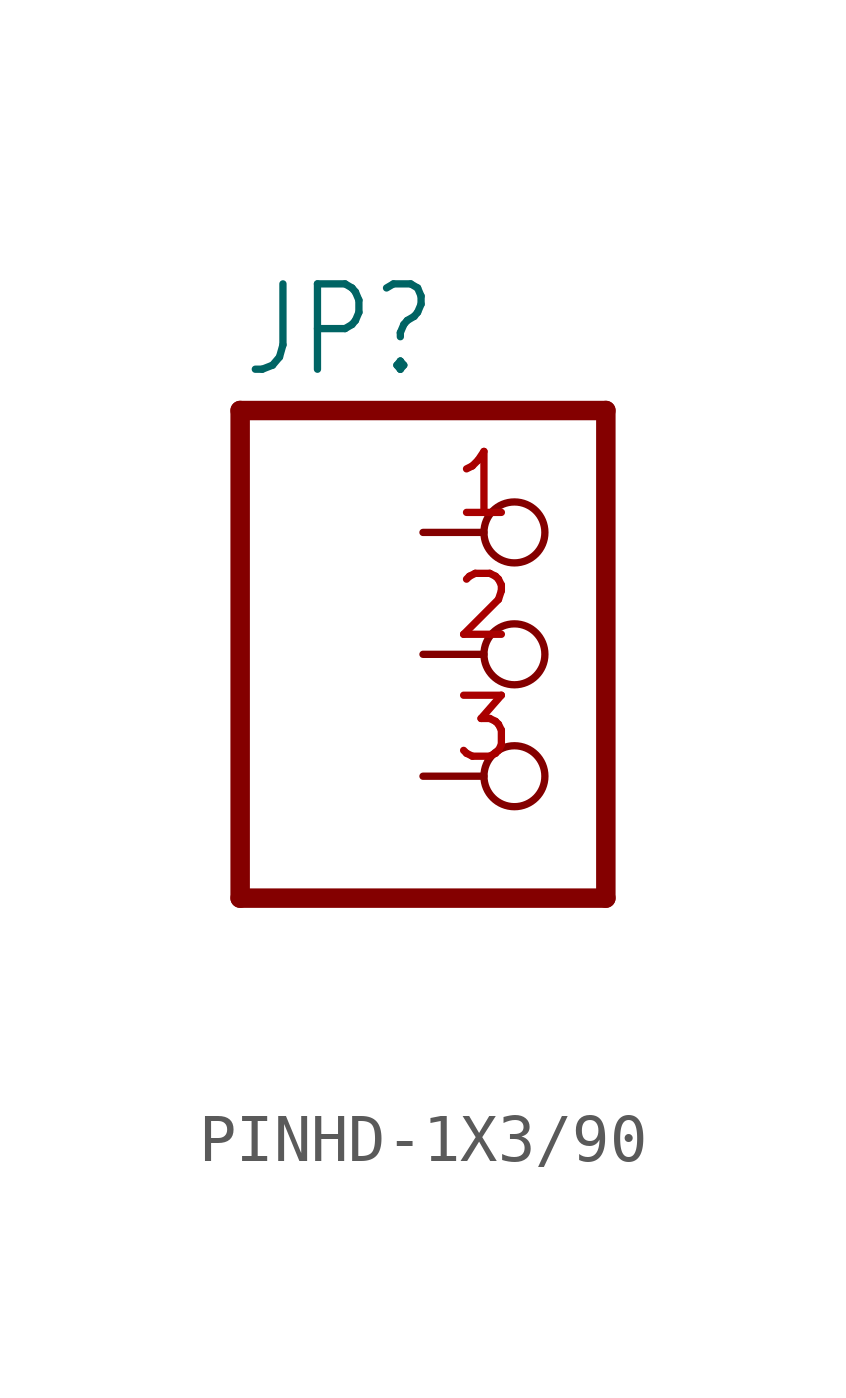
<source format=kicad_sym>
(kicad_symbol_lib
  (version 20220914)
  (generator kicad_symbol_editor)
  (symbol "PINHD-1X3/90"
    (property "Reference" "JP"
      (at -6.35 5.715 0)
      (effects (font (size 1.778 1.511)) (justify left bottom)))
    (property "Value" ""
      (at -6.35 -7.62 0)
      (effects (font (size 1.778 1.511)) (justify left bottom)))
    (property "ki_locked" ""
      (at 0 0 0)
      (effects (font (size 1.27 1.27))))
    (symbol "PINHD-1X3/90_1_0"
      (polyline (pts (xy -6.35 -5.08) (xy 1.27 -5.08)) (stroke (width 0.406) (type solid)) (fill (type none)))
      (polyline (pts (xy -6.35 5.08) (xy -6.35 -5.08)) (stroke (width 0.406) (type solid)) (fill (type none)))
      (polyline (pts (xy 1.27 -5.08) (xy 1.27 5.08)) (stroke (width 0.406) (type solid)) (fill (type none)))
      (polyline (pts (xy 1.27 5.08) (xy -6.35 5.08)) (stroke (width 0.406) (type solid)) (fill (type none)))
      (pin passive inverted (at -2.54 2.54 0) (length 2.54) (name "1" (effects (font (size 0 0)))) (number "1" (effects (font (size 1.27 1.27)))))
      (pin passive inverted (at -2.54 0 0) (length 2.54) (name "2" (effects (font (size 0 0)))) (number "2" (effects (font (size 1.27 1.27)))))
      (pin passive inverted (at -2.54 -2.54 0) (length 2.54) (name "3" (effects (font (size 0 0)))) (number "3" (effects (font (size 1.27 1.27))))))))
</source>
